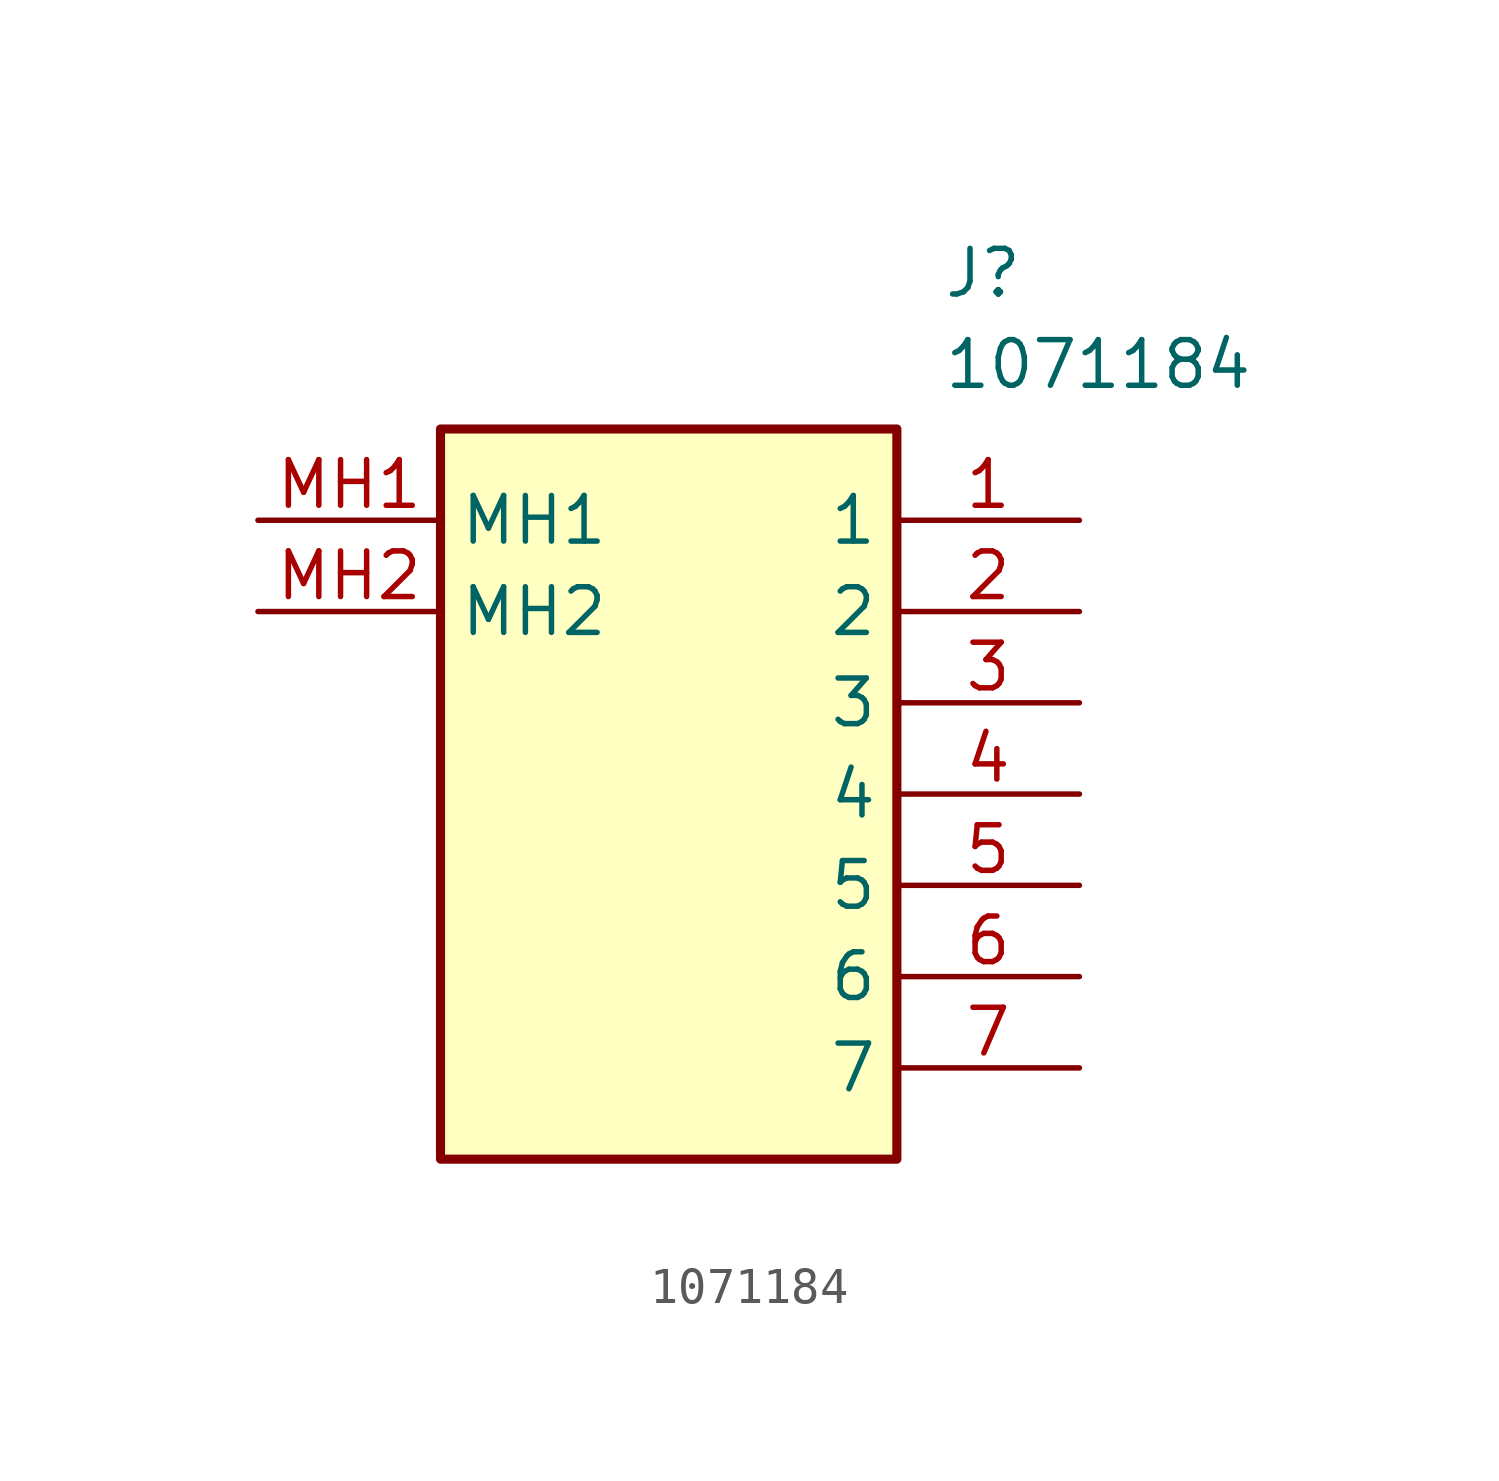
<source format=kicad_sym>
(kicad_symbol_lib
  (version 20211014)
  (generator SamacSys_ECAD_Model)
  (symbol "1071184"
    (property "Reference" "J"
      (at 19.05 7.62 0)
      (effects (font (size 1.27 1.27)) (justify left top)))
    (property "Value" "1071184"
      (at 19.05 5.08 0)
      (effects (font (size 1.27 1.27)) (justify left top)))
    (rectangle
      (start 5.08 2.54)
      (end 17.78 -17.78)
      (stroke (width 0.254) (type default))
      (fill (type background)))
    (pin passive line
      (at 22.86 0 180)
      (length 5.08)
      (name "1" (effects (font (size 1.27 1.27))))
      (number "1" (effects (font (size 1.27 1.27)))))
    (pin passive line
      (at 22.86 -2.54 180)
      (length 5.08)
      (name "2" (effects (font (size 1.27 1.27))))
      (number "2" (effects (font (size 1.27 1.27)))))
    (pin passive line
      (at 22.86 -5.08 180)
      (length 5.08)
      (name "3" (effects (font (size 1.27 1.27))))
      (number "3" (effects (font (size 1.27 1.27)))))
    (pin passive line
      (at 22.86 -7.62 180)
      (length 5.08)
      (name "4" (effects (font (size 1.27 1.27))))
      (number "4" (effects (font (size 1.27 1.27)))))
    (pin passive line
      (at 22.86 -10.16 180)
      (length 5.08)
      (name "5" (effects (font (size 1.27 1.27))))
      (number "5" (effects (font (size 1.27 1.27)))))
    (pin passive line
      (at 22.86 -12.7 180)
      (length 5.08)
      (name "6" (effects (font (size 1.27 1.27))))
      (number "6" (effects (font (size 1.27 1.27)))))
    (pin passive line
      (at 22.86 -15.24 180)
      (length 5.08)
      (name "7" (effects (font (size 1.27 1.27))))
      (number "7" (effects (font (size 1.27 1.27)))))
    (pin passive line
      (at 0 0 0)
      (length 5.08)
      (name "MH1" (effects (font (size 1.27 1.27))))
      (number "MH1" (effects (font (size 1.27 1.27)))))
    (pin passive line
      (at 0 -2.54 0)
      (length 5.08)
      (name "MH2" (effects (font (size 1.27 1.27))))
      (number "MH2" (effects (font (size 1.27 1.27)))))))
</source>
